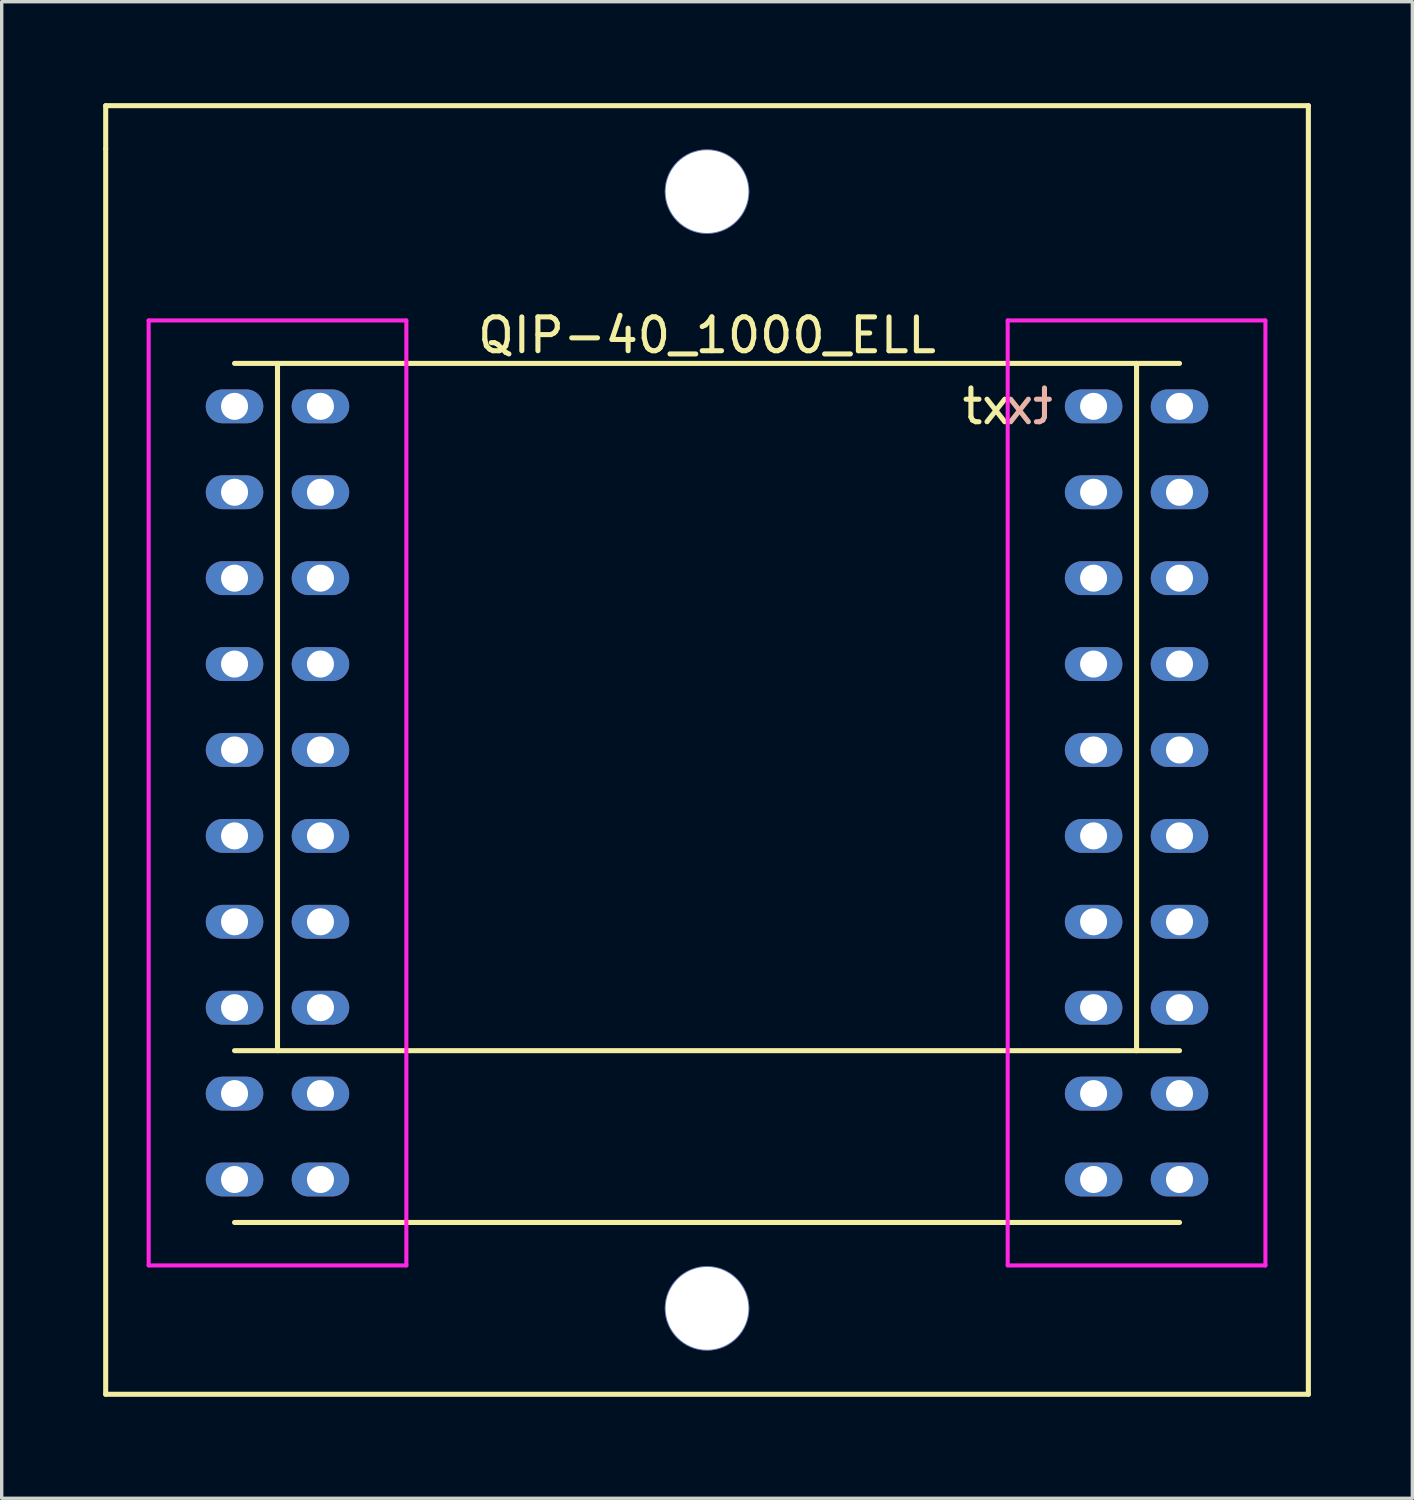
<source format=kicad_pcb>
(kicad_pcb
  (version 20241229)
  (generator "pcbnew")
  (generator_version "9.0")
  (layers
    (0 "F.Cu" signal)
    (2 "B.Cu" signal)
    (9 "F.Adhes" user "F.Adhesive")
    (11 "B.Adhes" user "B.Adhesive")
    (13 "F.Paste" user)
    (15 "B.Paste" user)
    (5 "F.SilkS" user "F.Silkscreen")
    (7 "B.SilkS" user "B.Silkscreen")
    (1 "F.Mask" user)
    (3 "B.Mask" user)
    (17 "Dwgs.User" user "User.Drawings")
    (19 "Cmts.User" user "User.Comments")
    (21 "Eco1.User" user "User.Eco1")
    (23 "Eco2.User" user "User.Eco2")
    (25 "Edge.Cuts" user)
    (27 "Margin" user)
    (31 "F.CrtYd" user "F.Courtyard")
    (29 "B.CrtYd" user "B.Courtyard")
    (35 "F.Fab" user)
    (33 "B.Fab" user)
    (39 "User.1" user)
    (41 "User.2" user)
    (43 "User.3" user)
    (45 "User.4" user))
  (footprint "QIP-40_1000_ELL"
    (layer "F.Cu")
    (at 17.855 19.125)
    (property "Reference" "QIP-40_1000_ELL" (at 0 -12.26 0) (layer "F.SilkS") (effects (font (size 1 1) (thickness 0.15))))
    (attr through_hole)
    (fp_line (start -17.78 -19.05) (end -17.78 -17.78) (stroke (width 0.15) (type solid)) (layer "F.SilkS"))
    (fp_line (start -17.78 -17.78) (end -17.78 19.05) (stroke (width 0.15) (type solid)) (layer "F.SilkS"))
    (fp_line (start -17.78 19.05) (end 17.78 19.05) (stroke (width 0.15) (type solid)) (layer "F.SilkS"))
    (fp_line (start -13.97 8.89) (end 13.97 8.89) (stroke (width 0.15) (type solid)) (layer "F.SilkS"))
    (fp_line (start -13.97 13.97) (end 13.97 13.97) (stroke (width 0.15) (type solid)) (layer "F.SilkS"))
    (fp_line (start -12.7 -11.43) (end -12.7 8.89) (stroke (width 0.15) (type solid)) (layer "F.SilkS"))
    (fp_line (start 12.7 8.89) (end 12.7 -11.43) (stroke (width 0.15) (type solid)) (layer "F.SilkS"))
    (fp_line (start 13.97 -11.43) (end -13.97 -11.43) (stroke (width 0.15) (type solid)) (layer "F.SilkS"))
    (fp_line (start 17.78 -19.05) (end -17.78 -19.05) (stroke (width 0.15) (type solid)) (layer "F.SilkS"))
    (fp_line (start 17.78 19.05) (end 17.78 -19.05) (stroke (width 0.15) (type solid)) (layer "F.SilkS"))
    (fp_line (start -16.51 -12.7) (end -8.89 -12.7) (stroke (width 0.12) (type solid)) (layer "F.CrtYd"))
    (fp_line (start -16.51 15.24) (end -16.51 -12.7) (stroke (width 0.12) (type solid)) (layer "F.CrtYd"))
    (fp_line (start -8.89 -12.7) (end -8.89 15.24) (stroke (width 0.12) (type solid)) (layer "F.CrtYd"))
    (fp_line (start -8.89 15.24) (end -16.51 15.24) (stroke (width 0.12) (type solid)) (layer "F.CrtYd"))
    (fp_line (start 8.89 -12.7) (end 8.89 15.24) (stroke (width 0.12) (type solid)) (layer "F.CrtYd"))
    (fp_line (start 8.89 -12.7) (end 16.51 -12.7) (stroke (width 0.12) (type solid)) (layer "F.CrtYd"))
    (fp_line (start 16.51 -12.7) (end 16.51 15.24) (stroke (width 0.12) (type solid)) (layer "F.CrtYd"))
    (fp_line (start 16.51 15.24) (end 8.89 15.24) (stroke (width 0.12) (type solid)) (layer "F.CrtYd"))
    (fp_text user "tx" (at 8.255 -10.16 0) (layer "F.SilkS") (effects (font (size 1 1) (thickness 0.15))))
    (fp_text user "tx" (at 9.525 -10.16 0) (layer "B.SilkS") (effects (font (size 1 1) (thickness 0.15)) (justify mirror)))
    (pad "" thru_hole oval (at 0 -16.51 270) (size 2.5 2.5) (drill 2.45) (layers "*.Cu" "*.Mask"))
    (pad "" thru_hole oval (at 0 16.51 270) (size 2.5 2.5) (drill 2.45) (layers "*.Cu" "*.Mask"))
    (pad "1" thru_hole oval (at -11.43 -10.16 270) (size 1 1.7) (drill 0.8) (layers "*.Cu" "*.Mask"))
    (pad "2" thru_hole oval (at -11.43 -7.62 270) (size 1 1.7) (drill 0.8) (layers "*.Cu" "*.Mask"))
    (pad "3" thru_hole oval (at -11.43 -5.08 270) (size 1 1.7) (drill 0.8) (layers "*.Cu" "*.Mask"))
    (pad "4" thru_hole oval (at -11.43 -2.54 270) (size 1 1.7) (drill 0.8) (layers "*.Cu" "*.Mask"))
    (pad "5" thru_hole oval (at -11.43 0 270) (size 1 1.7) (drill 0.8) (layers "*.Cu" "*.Mask"))
    (pad "6" thru_hole oval (at -11.43 2.54 270) (size 1 1.7) (drill 0.8) (layers "*.Cu" "*.Mask"))
    (pad "7" thru_hole oval (at -11.43 5.08 270) (size 1 1.7) (drill 0.8) (layers "*.Cu" "*.Mask"))
    (pad "8" thru_hole oval (at -11.43 7.62 270) (size 1 1.7) (drill 0.8) (layers "*.Cu" "*.Mask"))
    (pad "9" thru_hole oval (at -11.43 10.16 270) (size 1 1.7) (drill 0.8) (layers "*.Cu" "*.Mask"))
    (pad "10" thru_hole oval (at -11.43 12.7 270) (size 1 1.7) (drill 0.8) (layers "*.Cu" "*.Mask"))
    (pad "11" thru_hole oval (at 11.43 12.7 270) (size 1 1.7) (drill 0.8) (layers "*.Cu" "*.Mask"))
    (pad "12" thru_hole oval (at 11.43 10.16 270) (size 1 1.7) (drill 0.8) (layers "*.Cu" "*.Mask"))
    (pad "13" thru_hole oval (at 11.43 7.62 270) (size 1 1.7) (drill 0.8) (layers "*.Cu" "*.Mask"))
    (pad "14" thru_hole oval (at 11.43 5.08 270) (size 1 1.7) (drill 0.8) (layers "*.Cu" "*.Mask"))
    (pad "15" thru_hole oval (at 11.43 2.54 270) (size 1 1.7) (drill 0.8) (layers "*.Cu" "*.Mask"))
    (pad "16" thru_hole oval (at 11.43 0 270) (size 1 1.7) (drill 0.8) (layers "*.Cu" "*.Mask"))
    (pad "17" thru_hole oval (at 11.43 -2.54 270) (size 1 1.7) (drill 0.8) (layers "*.Cu" "*.Mask"))
    (pad "18" thru_hole oval (at 11.43 -5.08 270) (size 1 1.7) (drill 0.8) (layers "*.Cu" "*.Mask"))
    (pad "19" thru_hole oval (at 11.43 -7.62 270) (size 1 1.7) (drill 0.8) (layers "*.Cu" "*.Mask"))
    (pad "20" thru_hole oval (at 11.43 -10.16 270) (size 1 1.7) (drill 0.8) (layers "*.Cu" "*.Mask"))
    (pad "21" thru_hole oval (at -13.97 -10.16 270) (size 1 1.7) (drill 0.8) (layers "*.Cu" "*.Mask"))
    (pad "22" thru_hole oval (at -13.97 -7.62 270) (size 1 1.7) (drill 0.8) (layers "*.Cu" "*.Mask"))
    (pad "23" thru_hole oval (at -13.97 -5.08 270) (size 1 1.7) (drill 0.8) (layers "*.Cu" "*.Mask"))
    (pad "24" thru_hole oval (at -13.97 -2.54 270) (size 1 1.7) (drill 0.8) (layers "*.Cu" "*.Mask"))
    (pad "25" thru_hole oval (at -13.97 0 270) (size 1 1.7) (drill 0.8) (layers "*.Cu" "*.Mask"))
    (pad "26" thru_hole oval (at -13.97 2.54 270) (size 1 1.7) (drill 0.8) (layers "*.Cu" "*.Mask"))
    (pad "27" thru_hole oval (at -13.97 5.08 270) (size 1 1.7) (drill 0.8) (layers "*.Cu" "*.Mask"))
    (pad "28" thru_hole oval (at -13.97 7.62 270) (size 1 1.7) (drill 0.8) (layers "*.Cu" "*.Mask"))
    (pad "29" thru_hole oval (at -13.97 10.16 270) (size 1 1.7) (drill 0.8) (layers "*.Cu" "*.Mask"))
    (pad "30" thru_hole oval (at -13.97 12.7 270) (size 1 1.7) (drill 0.8) (layers "*.Cu" "*.Mask"))
    (pad "31" thru_hole oval (at 13.97 12.7 90) (size 1 1.7) (drill 0.8) (layers "*.Cu" "*.Mask"))
    (pad "32" thru_hole oval (at 13.97 10.16 90) (size 1 1.7) (drill 0.8) (layers "*.Cu" "*.Mask"))
    (pad "33" thru_hole oval (at 13.97 7.62 90) (size 1 1.7) (drill 0.8) (layers "*.Cu" "*.Mask"))
    (pad "34" thru_hole oval (at 13.97 5.08 90) (size 1 1.7) (drill 0.8) (layers "*.Cu" "*.Mask"))
    (pad "35" thru_hole oval (at 13.97 2.54 90) (size 1 1.7) (drill 0.8) (layers "*.Cu" "*.Mask"))
    (pad "36" thru_hole oval (at 13.97 0 90) (size 1 1.7) (drill 0.8) (layers "*.Cu" "*.Mask"))
    (pad "37" thru_hole oval (at 13.97 -2.54 90) (size 1 1.7) (drill 0.8) (layers "*.Cu" "*.Mask"))
    (pad "38" thru_hole oval (at 13.97 -5.08 90) (size 1 1.7) (drill 0.8) (layers "*.Cu" "*.Mask"))
    (pad "39" thru_hole oval (at 13.97 -7.62 90) (size 1 1.7) (drill 0.8) (layers "*.Cu" "*.Mask"))
    (pad "40" thru_hole oval (at 13.97 -10.16 90) (size 1 1.7) (drill 0.8) (layers "*.Cu" "*.Mask")))
  (gr_rect
    (start -3 -3)
    (end 38.71 41.25)
    (stroke (width 0.1) (type default))
    (fill no)
    (layer "Edge.Cuts")))
</source>
